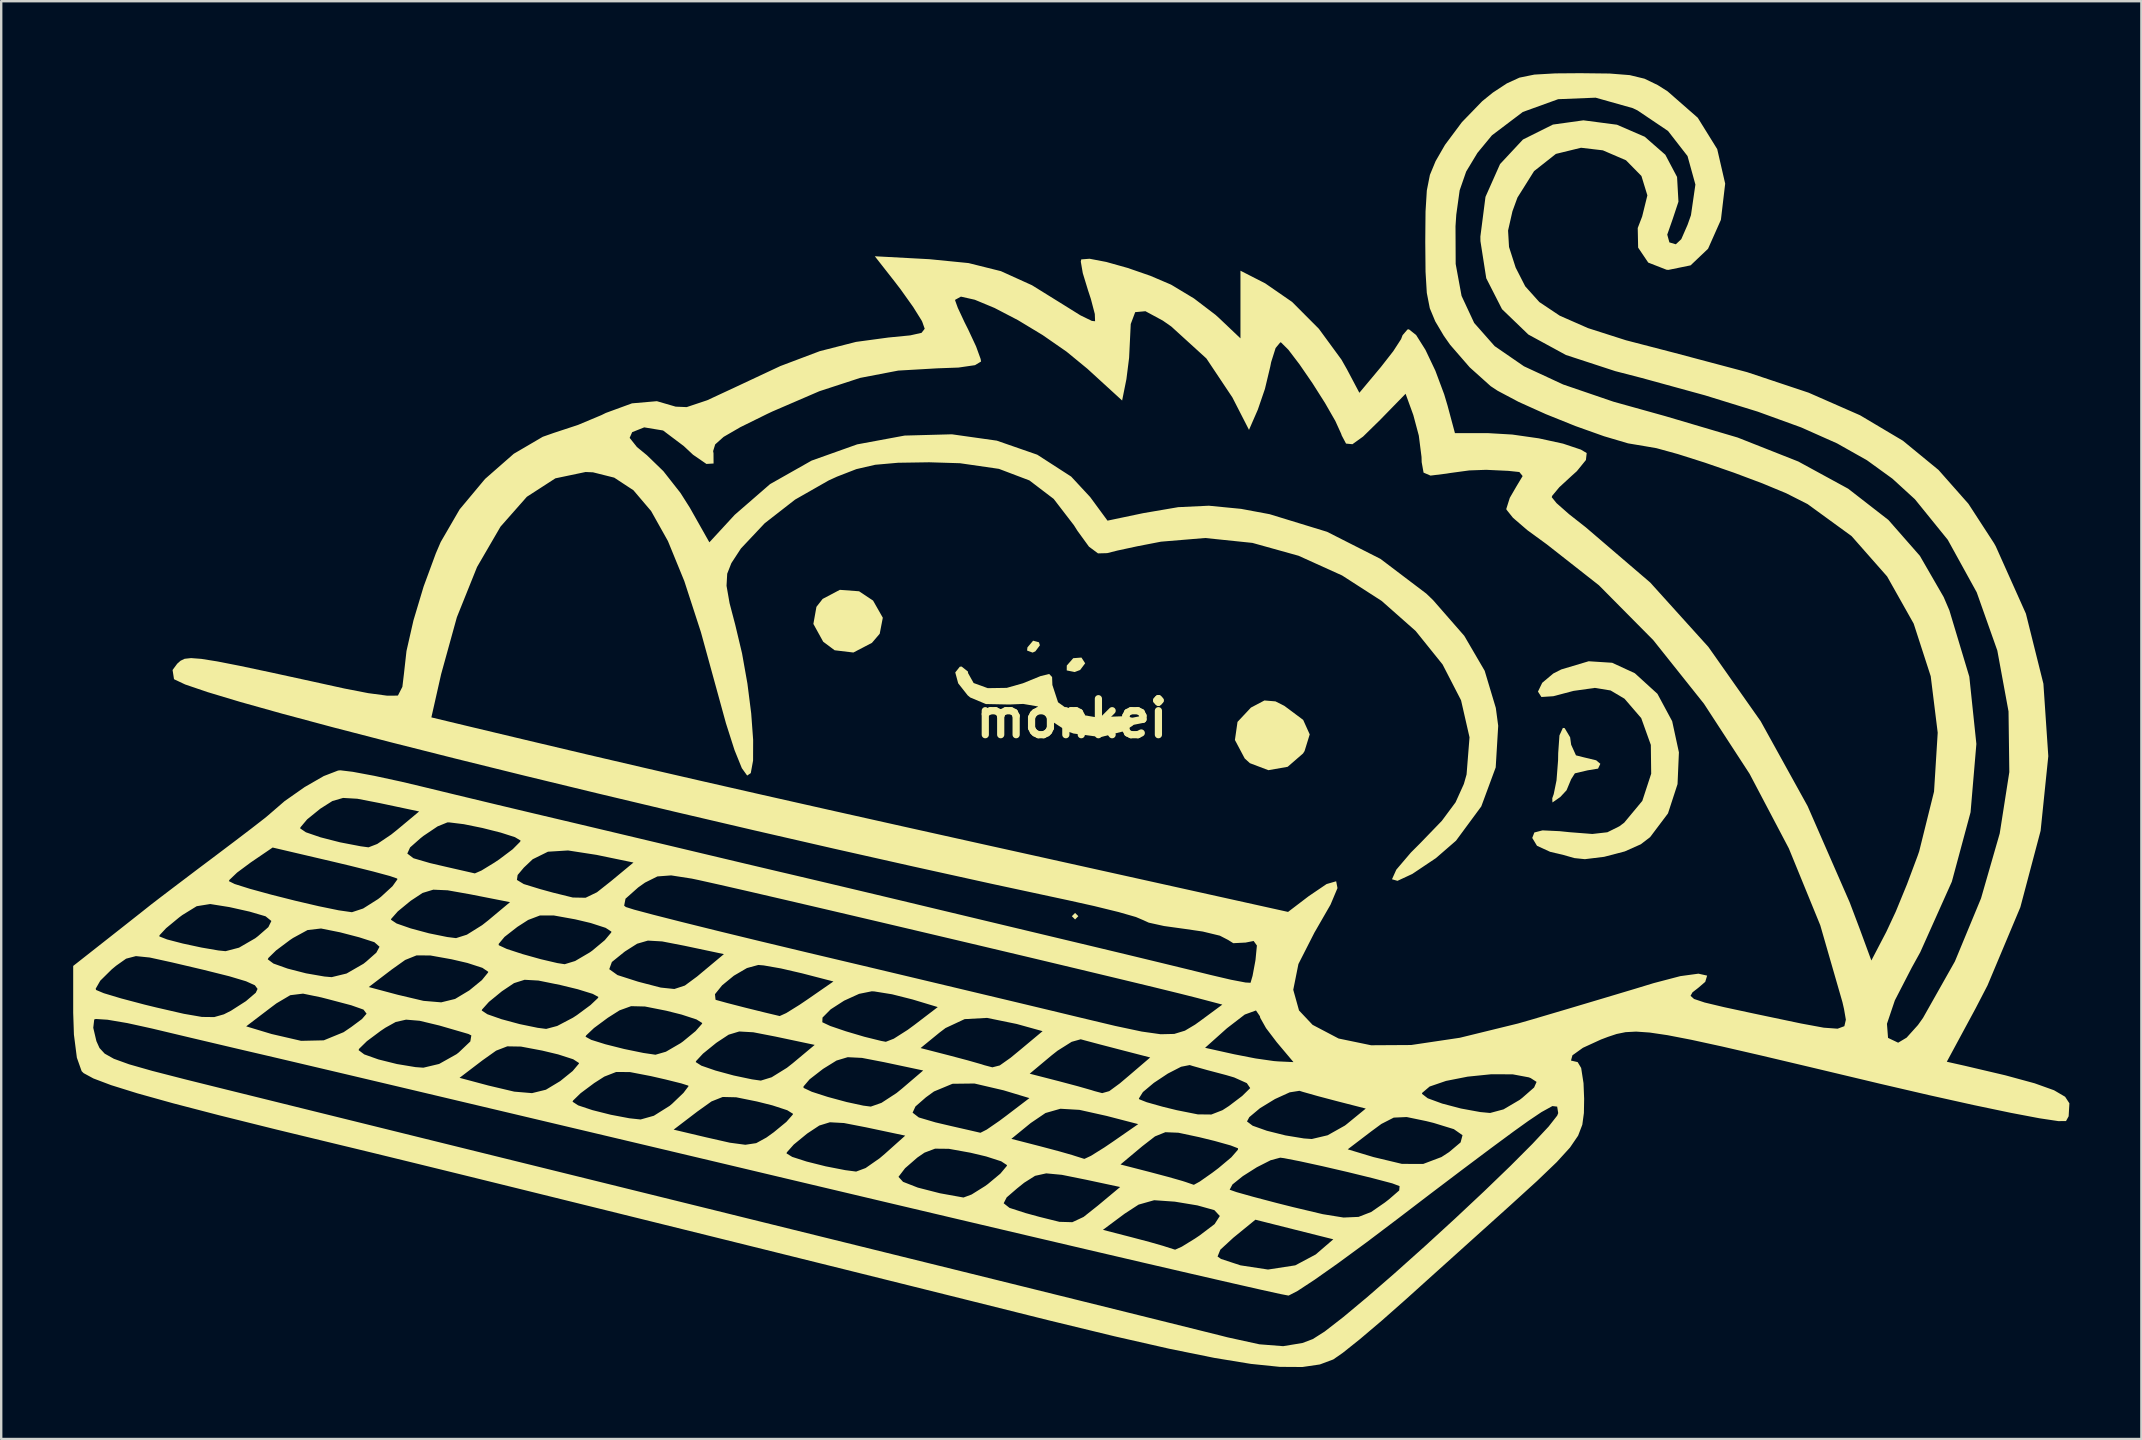
<source format=kicad_pcb>
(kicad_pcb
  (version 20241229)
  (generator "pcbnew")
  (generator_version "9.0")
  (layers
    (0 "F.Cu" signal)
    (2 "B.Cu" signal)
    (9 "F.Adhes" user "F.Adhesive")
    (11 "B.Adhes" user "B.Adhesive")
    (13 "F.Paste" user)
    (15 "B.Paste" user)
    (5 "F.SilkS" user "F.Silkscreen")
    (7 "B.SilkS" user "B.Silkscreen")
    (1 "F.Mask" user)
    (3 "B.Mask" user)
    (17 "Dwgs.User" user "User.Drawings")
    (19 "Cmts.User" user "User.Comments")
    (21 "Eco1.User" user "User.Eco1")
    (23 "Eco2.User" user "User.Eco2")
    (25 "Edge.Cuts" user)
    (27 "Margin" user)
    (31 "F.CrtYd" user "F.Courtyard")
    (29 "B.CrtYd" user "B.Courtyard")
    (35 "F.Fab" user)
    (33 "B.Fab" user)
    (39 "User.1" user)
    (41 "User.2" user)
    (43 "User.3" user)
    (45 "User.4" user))
  (footprint "monkei"
    (layer "F.Cu")
    (at 41.613 26.886)
    (property "Reference" "monkei" (at 0 0 0) (layer "F.SilkS") (effects (font (size 1.5 1.5) (thickness 0.3))))
    (attr board_only exclude_from_pos_files exclude_from_bom)
    (fp_poly (pts (xy 0.27 8.241) (xy 0.135 8.377) (xy 0 8.241) (xy 0.135 8.106)) (stroke (width 0) (type solid)) (fill yes) (layer "F.SilkS"))
    (fp_poly (pts (xy -1.371 -3.173) (xy -1.331 -3.047) (xy -1.521 -2.794) (xy -1.635 -2.743) (xy -1.865 -2.828) (xy -1.851 -2.959) (xy -1.614 -3.239)) (stroke (width 0) (type solid)) (fill yes) (layer "F.SilkS"))
    (fp_poly (pts (xy 0.555 -2.297) (xy 0.345 -2.018) (xy 0.118 -1.933) (xy -0.213 -2) (xy -0.211 -2.203) (xy 0.058 -2.51) (xy 0.4 -2.536)) (stroke (width 0) (type solid)) (fill yes) (layer "F.SilkS"))
    (fp_poly (pts (xy -8.866 -5.298) (xy -8.283 -4.91) (xy -7.877 -4.196) (xy -8.006 -3.528) (xy -8.33 -3.149) (xy -9.103 -2.746) (xy -9.885 -2.84) (xy -10.361 -3.196) (xy -10.77 -3.937) (xy -10.643 -4.649) (xy -10.384 -4.98) (xy -9.668 -5.358)) (stroke (width 0) (type solid)) (fill yes) (layer "F.SilkS"))
    (fp_poly (pts (xy 8.485 -0.71) (xy 8.854 -0.524) (xy 9.639 0.061) (xy 9.912 0.666) (xy 9.698 1.358) (xy 9.635 1.459) (xy 8.993 2.016) (xy 8.19 2.157) (xy 7.419 1.865) (xy 7.203 1.668) (xy 6.795 0.899) (xy 6.903 0.145) (xy 7.462 -0.451) (xy 8.025 -0.748)) (stroke (width 0) (type solid)) (fill yes) (layer "F.SilkS"))
    (fp_poly (pts (xy 20.536 0.405) (xy 20.763 0.786) (xy 20.806 1.097) (xy 21.007 1.539) (xy 21.331 1.621) (xy 21.848 1.745) (xy 22.022 1.891) (xy 21.927 2.092) (xy 21.498 2.162) (xy 20.961 2.288) (xy 20.806 2.534) (xy 20.614 2.994) (xy 20.35 3.277) (xy 20.026 3.502) (xy 20.019 3.324) (xy 20.08 3.153) (xy 20.196 2.581) (xy 20.261 1.746) (xy 20.266 1.448) (xy 20.318 0.708) (xy 20.461 0.395)) (stroke (width 0) (type solid)) (fill yes) (layer "F.SilkS"))
    (fp_poly (pts (xy -4.332 -1.955) (xy -4.323 -1.886) (xy -4.093 -1.475) (xy -3.504 -1.261) (xy -2.712 -1.273) (xy -2.039 -1.464) (xy -1.306 -1.763) (xy -0.945 -1.852) (xy -0.823 -1.725) (xy -0.811 -1.393) (xy -0.575 -0.673) (xy 0.076 -0.205) (xy 1.057 -0.041) (xy 1.48 -0.066) (xy 2.303 -0.097) (xy 2.67 0.03) (xy 2.551 0.29) (xy 2.179 0.531) (xy 1.197 0.779) (xy 0.069 0.629) (xy -0.193 0.536) (xy -0.804 0.138) (xy -1.094 -0.19) (xy -1.434 -0.502) (xy -2.027 -0.604) (xy -2.605 -0.58) (xy -3.582 -0.599) (xy -4.235 -0.873) (xy -4.338 -0.959) (xy -4.736 -1.463) (xy -4.858 -1.916) (xy -4.669 -2.154) (xy -4.594 -2.162)) (stroke (width 0) (type solid)) (fill yes) (layer "F.SilkS"))
    (fp_poly (pts (xy 22.514 -2.319) (xy 23.459 -1.883) (xy 24.401 -1.025) (xy 25.015 0.116) (xy 25.296 1.413) (xy 25.239 2.736) (xy 24.841 3.957) (xy 24.096 4.947) (xy 23.707 5.245) (xy 23.038 5.543) (xy 22.18 5.767) (xy 21.378 5.865) (xy 20.941 5.82) (xy 20.493 5.692) (xy 19.928 5.558) (xy 19.382 5.307) (xy 19.185 4.98) (xy 19.272 4.753) (xy 19.612 4.665) (xy 20.32 4.698) (xy 20.739 4.741) (xy 21.69 4.815) (xy 22.315 4.744) (xy 22.815 4.495) (xy 23.016 4.345) (xy 23.771 3.436) (xy 24.141 2.304) (xy 24.126 1.104) (xy 23.726 -0.012) (xy 23.029 -0.821) (xy 22.45 -1.165) (xy 21.792 -1.272) (xy 20.904 -1.147) (xy 20.063 -0.925) (xy 19.566 -0.893) (xy 19.423 -1.118) (xy 19.6 -1.484) (xy 20.063 -1.873) (xy 20.392 -2.04) (xy 21.536 -2.382)) (stroke (width 0) (type solid)) (fill yes) (layer "F.SilkS"))
    (fp_poly (pts (xy 22.408 -26.872) (xy 23.246 -26.806) (xy 23.861 -26.657) (xy 24.411 -26.392) (xy 24.822 -26.132) (xy 26.081 -25.03) (xy 26.892 -23.723) (xy 27.224 -22.284) (xy 27.047 -20.787) (xy 27.041 -20.765) (xy 26.51 -19.57) (xy 25.783 -18.879) (xy 24.86 -18.69) (xy 24.781 -18.696) (xy 24.018 -18.994) (xy 23.597 -19.618) (xy 23.58 -20.435) (xy 23.764 -20.913) (xy 23.982 -21.795) (xy 23.734 -22.603) (xy 23.091 -23.257) (xy 22.127 -23.672) (xy 21.217 -23.779) (xy 20.17 -23.523) (xy 19.26 -22.805) (xy 18.568 -21.703) (xy 18.359 -21.131) (xy 18.177 -20.33) (xy 18.217 -19.645) (xy 18.493 -18.786) (xy 18.892 -18.005) (xy 19.481 -17.349) (xy 20.331 -16.781) (xy 21.51 -16.263) (xy 23.088 -15.758) (xy 25.092 -15.238) (xy 28.136 -14.429) (xy 30.701 -13.573) (xy 32.845 -12.632) (xy 34.63 -11.571) (xy 36.114 -10.353) (xy 37.36 -8.943) (xy 38.425 -7.303) (xy 38.499 -7.171) (xy 39.755 -4.365) (xy 40.484 -1.447) (xy 40.688 1.572) (xy 40.368 4.681) (xy 39.523 7.869) (xy 38.155 11.125) (xy 37.658 12.084) (xy 36.459 14.306) (xy 37.212 14.475) (xy 38.9 14.872) (xy 40.118 15.204) (xy 40.927 15.494) (xy 41.389 15.765) (xy 41.567 16.038) (xy 41.567 16.04) (xy 41.536 16.579) (xy 41.426 16.778) (xy 41.107 16.78) (xy 40.321 16.662) (xy 39.126 16.435) (xy 37.578 16.111) (xy 35.735 15.701) (xy 33.654 15.218) (xy 33.283 15.129) (xy 30.769 14.53) (xy 28.723 14.046) (xy 27.088 13.669) (xy 25.807 13.39) (xy 24.822 13.199) (xy 24.077 13.089) (xy 23.513 13.05) (xy 23.074 13.073) (xy 22.701 13.149) (xy 22.338 13.27) (xy 22.045 13.381) (xy 21.296 13.725) (xy 20.859 14.038) (xy 20.799 14.257) (xy 21.077 14.321) (xy 21.223 14.566) (xy 21.321 15.199) (xy 21.347 15.85) (xy 21.337 16.442) (xy 21.271 16.93) (xy 21.096 17.386) (xy 20.758 17.881) (xy 20.205 18.488) (xy 19.382 19.277) (xy 18.235 20.321) (xy 17.546 20.941) (xy 16.848 21.569) (xy 15.886 22.435) (xy 14.797 23.415) (xy 13.914 24.211) (xy 12.912 25.096) (xy 12.005 25.865) (xy 11.294 26.433) (xy 10.894 26.711) (xy 10.334 26.92) (xy 9.606 27.026) (xy 8.664 27.02) (xy 7.458 26.896) (xy 5.941 26.647) (xy 4.063 26.266) (xy 1.776 25.746) (xy -0.967 25.08) (xy -1.756 24.883) (xy -4.14 24.287) (xy -6.742 23.638) (xy -9.497 22.952) (xy -12.336 22.247) (xy -15.194 21.538) (xy -18.005 20.842) (xy -20.701 20.175) (xy -23.215 19.554) (xy -25.483 18.995) (xy -27.436 18.516) (xy -29.008 18.132) (xy -30.133 17.859) (xy -30.264 17.828) (xy -33.141 17.132) (xy -35.523 16.539) (xy -37.444 16.039) (xy -38.936 15.623) (xy -40.033 15.281) (xy -40.769 15.003) (xy -41.178 14.781) (xy -41.261 14.699) (xy -41.46 14.137) (xy -41.583 13.172) (xy -41.592 12.892) (xy -40.777 12.892) (xy -40.646 13.448) (xy -40.517 13.734) (xy -40.301 13.968) (xy -39.918 14.183) (xy -39.286 14.412) (xy -38.325 14.686) (xy -36.955 15.038) (xy -36.204 15.225) (xy -35.225 15.468) (xy -33.777 15.826) (xy -31.915 16.287) (xy -29.694 16.836) (xy -27.171 17.46) (xy -24.399 18.145) (xy -21.435 18.877) (xy -18.334 19.643) (xy -15.152 20.429) (xy -13.511 20.835) (xy -10.399 21.604) (xy -7.409 22.343) (xy -4.588 23.04) (xy -1.982 23.685) (xy 0.363 24.266) (xy 2.4 24.771) (xy 4.082 25.189) (xy 5.364 25.508) (xy 6.199 25.716) (xy 6.485 25.789) (xy 7.814 26.08) (xy 8.804 26.158) (xy 9.612 26.025) (xy 10.043 25.861) (xy 10.535 25.548) (xy 11.313 24.944) (xy 12.312 24.11) (xy 13.464 23.108) (xy 14.703 22) (xy 15.963 20.846) (xy 17.175 19.709) (xy 18.274 18.649) (xy 19.193 17.728) (xy 19.866 17.008) (xy 20.225 16.55) (xy 20.266 16.445) (xy 20.223 16.176) (xy 20.024 16.153) (xy 19.568 16.405) (xy 19.018 16.775) (xy 18.404 17.215) (xy 17.457 17.914) (xy 16.268 18.805) (xy 14.931 19.817) (xy 13.589 20.842) (xy 12.276 21.834) (xy 11.092 22.702) (xy 10.11 23.394) (xy 9.401 23.859) (xy 9.038 24.047) (xy 9.024 24.049) (xy 8.705 23.988) (xy 7.902 23.811) (xy 6.657 23.528) (xy 5.01 23.149) (xy 3.003 22.684) (xy 1.881 22.422) (xy 6.072 22.422) (xy 6.215 22.523) (xy 6.857 22.734) (xy 7.026 22.79) (xy 8.175 22.965) (xy 9.311 22.79) (xy 10.161 22.337) (xy 10.895 21.705) (xy 9.272 21.297) (xy 7.649 20.888) (xy 6.729 21.639) (xy 6.187 22.138) (xy 6.072 22.422) (xy 1.881 22.422) (xy 0.677 22.141) (xy -1.925 21.531) (xy -2.859 21.311) (xy 1.295 21.311) (xy 2.471 21.614) (xy 3.246 21.819) (xy 3.805 21.979) (xy 3.918 22.016) (xy 4.277 22.13) (xy 4.307 22.136) (xy 4.583 22.012) (xy 5.127 21.677) (xy 5.318 21.549) (xy 5.948 21.072) (xy 6.166 20.734) (xy 5.938 20.489) (xy 5.231 20.292) (xy 4.29 20.136) (xy 3.43 20.076) (xy 2.78 20.26) (xy 2.201 20.637) (xy 1.295 21.311) (xy -2.859 21.311) (xy -4.762 20.863) (xy -7.557 20.203) (xy -2.841 20.203) (xy -2.598 20.395) (xy -1.928 20.612) (xy -1.351 20.77) (xy -0.518 20.977) (xy 0.02 20.992) (xy 0.489 20.773) (xy 1.084 20.301) (xy 1.88 19.637) (xy 6.577 19.637) (xy 6.58 19.64) (xy 6.863 19.739) (xy 7.553 19.933) (xy 8.532 20.191) (xy 9.211 20.362) (xy 10.456 20.658) (xy 11.321 20.798) (xy 11.947 20.771) (xy 12.474 20.566) (xy 13.045 20.171) (xy 13.218 20.036) (xy 13.641 19.67) (xy 13.657 19.489) (xy 13.353 19.374) (xy 12.523 19.155) (xy 11.496 18.903) (xy 10.432 18.656) (xy 9.493 18.451) (xy 8.842 18.324) (xy 8.684 18.303) (xy 8.284 18.41) (xy 7.709 18.702) (xy 7.124 19.073) (xy 6.692 19.42) (xy 6.577 19.637) (xy 1.88 19.637) (xy 2.013 19.526) (xy 0.588 19.221) (xy -0.417 19.018) (xy -1.067 18.957) (xy -1.532 19.06) (xy -1.986 19.347) (xy -2.285 19.587) (xy -2.716 19.959) (xy -2.841 20.203) (xy -7.557 20.203) (xy -7.794 20.147) (xy -10.978 19.393) (xy -11.285 19.32) (xy -12.201 19.103) (xy -7.223 19.103) (xy -7.034 19.31) (xy -6.42 19.55) (xy -5.495 19.787) (xy -4.515 19.964) (xy -4.177 19.838) (xy -3.617 19.488) (xy -3.502 19.405) (xy -2.978 18.968) (xy -2.711 18.649) (xy -2.702 18.613) (xy -2.742 18.587) (xy 2.027 18.587) (xy 3.243 18.9) (xy 4.029 19.109) (xy 4.6 19.272) (xy 4.729 19.313) (xy 5.059 19.427) (xy 5.085 19.434) (xy 5.33 19.299) (xy 5.849 18.935) (xy 6.105 18.742) (xy 6.646 18.288) (xy 6.919 17.974) (xy 6.921 17.955) (xy 11.496 17.955) (xy 12.571 18.279) (xy 13.754 18.562) (xy 14.64 18.565) (xy 15.402 18.277) (xy 15.719 18.071) (xy 16.199 17.667) (xy 16.279 17.367) (xy 15.918 17.115) (xy 15.073 16.855) (xy 14.766 16.779) (xy 13.953 16.61) (xy 13.413 16.634) (xy 12.899 16.897) (xy 12.476 17.208) (xy 11.496 17.955) (xy 6.921 17.955) (xy 6.925 17.913) (xy 6.619 17.794) (xy 5.948 17.606) (xy 5.308 17.449) (xy 4.442 17.264) (xy 3.897 17.242) (xy 3.466 17.416) (xy 2.944 17.82) (xy 2.916 17.843) (xy 2.027 18.587) (xy -2.742 18.587) (xy -2.943 18.455) (xy -3.568 18.253) (xy -4.224 18.097) (xy -5.126 17.934) (xy -5.7 17.928) (xy -6.14 18.094) (xy -6.436 18.297) (xy -6.95 18.744) (xy -7.223 19.101) (xy -7.223 19.103) (xy -12.201 19.103) (xy -14.545 18.546) (xy -16.318 18.126) (xy -11.889 18.126) (xy -11.652 18.271) (xy -11.051 18.465) (xy -10.258 18.664) (xy -9.443 18.823) (xy -8.989 18.883) (xy -8.594 18.736) (xy -8.009 18.328) (xy -7.799 18.15) (xy -7.093 17.519) (xy -2.52 17.519) (xy -1.328 17.826) (xy -0.548 18.033) (xy 0.016 18.194) (xy 0.135 18.233) (xy 0.496 18.347) (xy 0.526 18.353) (xy 0.799 18.225) (xy 1.356 17.877) (xy 1.706 17.64) (xy 2.766 16.905) (xy 2.336 16.794) (xy 7.298 16.794) (xy 7.534 16.972) (xy 8.126 17.182) (xy 8.898 17.375) (xy 9.669 17.502) (xy 9.998 17.526) (xy 10.658 17.37) (xy 11.379 16.965) (xy 11.461 16.901) (xy 12.248 16.257) (xy 11.055 15.951) (xy 10.245 15.737) (xy 9.918 15.644) (xy 14.591 15.644) (xy 14.829 15.828) (xy 15.428 16.048) (xy 16.214 16.255) (xy 17.015 16.402) (xy 17.429 16.441) (xy 17.987 16.291) (xy 18.66 15.895) (xy 18.768 15.811) (xy 19.262 15.379) (xy 19.365 15.146) (xy 19.118 14.986) (xy 19.04 14.956) (xy 18.367 14.83) (xy 17.469 14.828) (xy 16.494 14.927) (xy 15.591 15.105) (xy 14.909 15.339) (xy 14.597 15.604) (xy 14.591 15.644) (xy 9.918 15.644) (xy 9.623 15.561) (xy 9.484 15.517) (xy 9.077 15.581) (xy 8.463 15.861) (xy 7.838 16.243) (xy 7.395 16.614) (xy 7.298 16.794) (xy 2.336 16.794) (xy 1.451 16.564) (xy 0.318 16.311) (xy -0.477 16.265) (xy -1.099 16.443) (xy -1.715 16.861) (xy -1.733 16.876) (xy -2.52 17.519) (xy -7.093 17.519) (xy -6.943 17.385) (xy -8.575 17.039) (xy -9.495 16.86) (xy -10.081 16.828) (xy -10.523 16.964) (xy -11.013 17.288) (xy -11.048 17.314) (xy -11.588 17.757) (xy -11.875 18.08) (xy -11.889 18.126) (xy -16.318 18.126) (xy -17.704 17.797) (xy -20.498 17.135) (xy -16.593 17.135) (xy -15.254 17.452) (xy -14.25 17.68) (xy -13.605 17.766) (xy -13.152 17.698) (xy -12.727 17.465) (xy -12.419 17.243) (xy -11.896 16.813) (xy -11.628 16.508) (xy -11.619 16.475) (xy -11.695 16.428) (xy -6.636 16.428) (xy -6.378 16.627) (xy -5.686 16.832) (xy -4.999 16.993) (xy -4.298 17.153) (xy -3.861 17.254) (xy -3.808 17.266) (xy -3.548 17.134) (xy -3.018 16.769) (xy -2.734 16.557) (xy -1.79 15.838) (xy 2.793 15.838) (xy 2.809 15.87) (xy 3.12 15.993) (xy 3.79 16.182) (xy 4.37 16.324) (xy 5.247 16.499) (xy 5.813 16.505) (xy 6.276 16.325) (xy 6.544 16.152) (xy 7.098 15.732) (xy 7.426 15.41) (xy 7.431 15.402) (xy 7.291 15.197) (xy 6.763 14.96) (xy 6.426 14.861) (xy 5.632 14.651) (xy 5.032 14.482) (xy 4.912 14.444) (xy 4.552 14.515) (xy 4 14.799) (xy 3.417 15.186) (xy 2.961 15.569) (xy 2.793 15.838) (xy -1.79 15.838) (xy -1.769 15.821) (xy -2.843 15.497) (xy -4.059 15.213) (xy -4.973 15.224) (xy -5.745 15.545) (xy -6.08 15.788) (xy -6.517 16.17) (xy -6.636 16.428) (xy -11.695 16.428) (xy -11.859 16.326) (xy -12.48 16.123) (xy -13.118 15.963) (xy -13.988 15.787) (xy -14.549 15.774) (xy -15.016 15.96) (xy -15.605 16.381) (xy -16.593 17.135) (xy -20.498 17.135) (xy -20.714 17.084) (xy -23.528 16.417) (xy -25.408 15.972) (xy -20.805 15.972) (xy -20.569 16.125) (xy -19.978 16.322) (xy -19.208 16.516) (xy -18.437 16.662) (xy -17.969 16.712) (xy -17.418 16.557) (xy -16.761 16.145) (xy -16.654 16.055) (xy -16.184 15.605) (xy -15.982 15.338) (xy -11.183 15.338) (xy -11.179 15.396) (xy -10.837 15.557) (xy -10.171 15.772) (xy -9.387 15.984) (xy -8.69 16.135) (xy -8.377 16.175) (xy -7.932 16.019) (xy -7.306 15.611) (xy -7.083 15.43) (xy -6.35 14.804) (xy -1.756 14.804) (xy -0.54 15.117) (xy 0.246 15.326) (xy 0.817 15.489) (xy 0.946 15.53) (xy 1.264 15.614) (xy 1.559 15.531) (xy 1.999 15.208) (xy 2.376 14.889) (xy 3.265 14.128) (xy 1.97 13.793) (xy 1.71 13.725) (xy 5.552 13.725) (xy 6.762 13.994) (xy 7.652 14.168) (xy 8.421 14.278) (xy 8.603 14.292) (xy 9.235 14.321) (xy 8.536 13.49) (xy 8.091 12.904) (xy 7.85 12.476) (xy 7.836 12.409) (xy 7.673 12.169) (xy 7.206 12.339) (xy 6.469 12.906) (xy 6.428 12.942) (xy 5.552 13.725) (xy 1.71 13.725) (xy 1.153 13.58) (xy 0.538 13.416) (xy 0.37 13.37) (xy -0.008 13.476) (xy -0.596 13.846) (xy -0.846 14.043) (xy -1.756 14.804) (xy -6.35 14.804) (xy -6.194 14.67) (xy -7.823 14.324) (xy -8.744 14.146) (xy -9.339 14.116) (xy -9.806 14.256) (xy -10.345 14.59) (xy -10.384 14.617) (xy -10.927 15.038) (xy -11.183 15.338) (xy -15.982 15.338) (xy -15.975 15.329) (xy -15.979 15.302) (xy -16.276 15.208) (xy -16.937 15.043) (xy -17.539 14.905) (xy -18.415 14.736) (xy -18.989 14.733) (xy -19.481 14.925) (xy -19.902 15.194) (xy -20.469 15.617) (xy -20.783 15.922) (xy -20.805 15.972) (xy -25.408 15.972) (xy -26.099 15.808) (xy -28.38 15.268) (xy -29.616 14.976) (xy -25.514 14.976) (xy -24.309 15.298) (xy -23.234 15.552) (xy -22.495 15.614) (xy -21.916 15.472) (xy -21.326 15.117) (xy -21.321 15.114) (xy -20.8 14.693) (xy -20.542 14.387) (xy -20.536 14.359) (xy -20.596 14.32) (xy -15.672 14.32) (xy -15.437 14.47) (xy -14.849 14.673) (xy -14.087 14.88) (xy -13.328 15.04) (xy -12.96 15.092) (xy -12.509 14.953) (xy -11.873 14.559) (xy -11.63 14.368) (xy -10.873 13.736) (xy -6.303 13.736) (xy -5.111 14.043) (xy -4.331 14.25) (xy -3.767 14.411) (xy -3.648 14.45) (xy -3.312 14.539) (xy -3.004 14.46) (xy -2.554 14.142) (xy -2.153 13.812) (xy -1.219 13.032) (xy -2.298 12.732) (xy -3.533 12.479) (xy -4.468 12.53) (xy -5.264 12.902) (xy -5.516 13.093) (xy -6.303 13.736) (xy -10.873 13.736) (xy -10.715 13.604) (xy -12.353 13.257) (xy -13.274 13.078) (xy -13.86 13.045) (xy -14.302 13.179) (xy -14.79 13.501) (xy -14.831 13.531) (xy -15.37 13.968) (xy -15.658 14.278) (xy -15.672 14.32) (xy -20.596 14.32) (xy -20.777 14.203) (xy -21.402 14.001) (xy -22.07 13.841) (xy -22.955 13.674) (xy -23.525 13.664) (xy -23.99 13.844) (xy -24.559 14.248) (xy -25.514 14.976) (xy -29.616 14.976) (xy -30.322 14.809) (xy -31.88 14.442) (xy -33.005 14.177) (xy -33.641 14.028) (xy -34.527 13.822) (xy -29.722 13.822) (xy -29.485 14) (xy -28.893 14.21) (xy -28.122 14.402) (xy -27.35 14.53) (xy -27.021 14.554) (xy -26.365 14.398) (xy -25.641 13.992) (xy -25.547 13.919) (xy -25.065 13.461) (xy -25.032 13.263) (xy -20.264 13.263) (xy -20.028 13.393) (xy -19.433 13.579) (xy -18.65 13.776) (xy -17.852 13.94) (xy -17.35 14.014) (xy -16.916 13.889) (xy -16.304 13.533) (xy -16.202 13.46) (xy -15.679 13.03) (xy -15.411 12.725) (xy -15.402 12.692) (xy -15.454 12.66) (xy -10.398 12.66) (xy -10.069 12.815) (xy -9.417 13.037) (xy -8.643 13.266) (xy -7.949 13.438) (xy -7.751 13.475) (xy -7.42 13.346) (xy -6.843 12.979) (xy -6.558 12.77) (xy -5.587 12.028) (xy -6.644 11.709) (xy -7.492 11.495) (xy -8.23 11.376) (xy -8.335 11.37) (xy -8.865 11.477) (xy -9.489 11.761) (xy -10.05 12.123) (xy -10.39 12.466) (xy -10.398 12.66) (xy -15.454 12.66) (xy -15.642 12.543) (xy -16.264 12.34) (xy -16.905 12.179) (xy -17.789 12.004) (xy -18.365 11.99) (xy -18.848 12.165) (xy -19.335 12.474) (xy -19.912 12.901) (xy -20.237 13.208) (xy -20.264 13.263) (xy -25.032 13.263) (xy -25.023 13.21) (xy -25.142 13.149) (xy -26.353 12.797) (xy -27.177 12.599) (xy -27.742 12.552) (xy -28.175 12.65) (xy -28.605 12.889) (xy -28.8 13.02) (xy -29.375 13.449) (xy -29.697 13.765) (xy -29.722 13.822) (xy -34.527 13.822) (xy -35.097 13.688) (xy -36.703 13.309) (xy -38.144 12.966) (xy -38.323 12.923) (xy -38.739 12.831) (xy -34.405 12.831) (xy -33.348 13.15) (xy -32.116 13.435) (xy -31.172 13.414) (xy -30.345 13.075) (xy -30.027 12.859) (xy -29.579 12.526) (xy -29.388 12.304) (xy -29.487 12.172) (xy -24.589 12.172) (xy -24.354 12.327) (xy -23.767 12.533) (xy -23.008 12.738) (xy -22.256 12.893) (xy -21.904 12.938) (xy -21.444 12.815) (xy -20.789 12.471) (xy -20.622 12.362) (xy -20.058 11.945) (xy -19.748 11.652) (xy -19.727 11.607) (xy -19.94 11.491) (xy -14.871 11.491) (xy -14.847 11.721) (xy -14.815 11.734) (xy -14.365 11.858) (xy -13.604 12.054) (xy -12.75 12.265) (xy -12.174 12.402) (xy -11.901 12.278) (xy -11.344 11.932) (xy -10.994 11.695) (xy -9.934 10.961) (xy -11.249 10.62) (xy -12.122 10.418) (xy -12.841 10.292) (xy -13.066 10.273) (xy -13.538 10.402) (xy -14.084 10.721) (xy -14.572 11.121) (xy -14.871 11.491) (xy -19.94 11.491) (xy -19.967 11.477) (xy -20.592 11.284) (xy -21.32 11.107) (xy -22.227 10.923) (xy -22.803 10.891) (xy -23.243 11.03) (xy -23.741 11.364) (xy -23.752 11.372) (xy -24.29 11.812) (xy -24.575 12.129) (xy -24.589 12.172) (xy -29.487 12.172) (xy -29.517 12.133) (xy -30.027 11.953) (xy -30.981 11.701) (xy -31.28 11.624) (xy -32.036 11.468) (xy -32.568 11.533) (xy -33.145 11.874) (xy -33.418 12.079) (xy -34.405 12.831) (xy -38.739 12.831) (xy -39.359 12.695) (xy -40.185 12.555) (xy -40.67 12.524) (xy -40.737 12.545) (xy -40.777 12.892) (xy -41.592 12.892) (xy -41.613 12.266) (xy -41.613 11.262) (xy -40.676 11.262) (xy -40.66 11.315) (xy -40.338 11.45) (xy -39.62 11.666) (xy -38.633 11.927) (xy -38.149 12.045) (xy -37.006 12.308) (xy -36.248 12.439) (xy -35.737 12.445) (xy -35.335 12.331) (xy -35.039 12.181) (xy -34.416 11.782) (xy -34.006 11.432) (xy -33.93 11.271) (xy -33.988 11.193) (xy -29.297 11.193) (xy -28.092 11.515) (xy -27.017 11.769) (xy -26.278 11.831) (xy -25.699 11.689) (xy -25.108 11.334) (xy -25.104 11.331) (xy -24.583 10.905) (xy -24.325 10.588) (xy -24.319 10.557) (xy -24.479 10.449) (xy -19.276 10.449) (xy -18.932 10.695) (xy -18.096 10.963) (xy -18.018 10.985) (xy -17.129 11.216) (xy -16.563 11.275) (xy -16.125 11.131) (xy -15.615 10.754) (xy -15.413 10.585) (xy -14.498 9.821) (xy -16.146 9.472) (xy -17.073 9.292) (xy -17.666 9.258) (xy -18.114 9.388) (xy -18.609 9.702) (xy -18.64 9.724) (xy -19.167 10.15) (xy -19.276 10.449) (xy -24.479 10.449) (xy -24.561 10.393) (xy -25.186 10.19) (xy -25.848 10.036) (xy -26.735 9.877) (xy -27.308 9.875) (xy -27.78 10.065) (xy -28.337 10.461) (xy -29.297 11.193) (xy -33.988 11.193) (xy -34.042 11.12) (xy -34.411 10.953) (xy -35.109 10.744) (xy -36.205 10.47) (xy -37.498 10.166) (xy -38.077 10.039) (xy -33.505 10.039) (xy -33.269 10.214) (xy -32.678 10.425) (xy -31.911 10.622) (xy -31.145 10.755) (xy -30.843 10.781) (xy -30.222 10.63) (xy -29.516 10.223) (xy -29.403 10.133) (xy -28.981 9.76) (xy -28.848 9.514) (xy -28.979 9.398) (xy -23.885 9.398) (xy -23.879 9.451) (xy -23.55 9.604) (xy -22.897 9.818) (xy -22.126 10.034) (xy -21.438 10.195) (xy -21.133 10.242) (xy -20.699 10.109) (xy -20.086 9.749) (xy -19.985 9.677) (xy -19.461 9.24) (xy -19.194 8.921) (xy -19.185 8.885) (xy -19.426 8.727) (xy -20.049 8.525) (xy -20.689 8.373) (xy -21.58 8.212) (xy -22.164 8.211) (xy -22.656 8.398) (xy -23.104 8.686) (xy -23.639 9.103) (xy -23.885 9.398) (xy -28.979 9.398) (xy -29.064 9.324) (xy -29.694 9.121) (xy -30.492 8.913) (xy -31.285 8.754) (xy -31.846 8.818) (xy -32.453 9.149) (xy -32.584 9.237) (xy -33.158 9.667) (xy -33.48 9.982) (xy -33.505 10.039) (xy -38.077 10.039) (xy -38.423 9.963) (xy -39 9.904) (xy -39.408 10.011) (xy -39.824 10.305) (xy -40.009 10.459) (xy -40.485 10.929) (xy -40.676 11.262) (xy -41.613 11.262) (xy -41.613 10.314) (xy -40.194 9.198) (xy -40.048 9.083) (xy -38.024 9.083) (xy -37.701 9.21) (xy -37.047 9.38) (xy -36.266 9.548) (xy -35.561 9.669) (xy -35.263 9.699) (xy -34.704 9.553) (xy -34.027 9.161) (xy -33.912 9.072) (xy -33.48 8.696) (xy -33.355 8.441) (xy -33.419 8.389) (xy -28.372 8.389) (xy -28.137 8.545) (xy -27.548 8.75) (xy -26.786 8.955) (xy -26.028 9.109) (xy -25.66 9.155) (xy -25.209 9.012) (xy -24.572 8.614) (xy -24.327 8.421) (xy -23.587 7.803) (xy -18.655 7.803) (xy -18.582 7.86) (xy -18.24 7.968) (xy -17.441 8.181) (xy -16.253 8.483) (xy -14.747 8.857) (xy -12.99 9.284) (xy -11.053 9.748) (xy -10.538 9.87) (xy -8.385 10.38) (xy -6.233 10.892) (xy -4.186 11.38) (xy -2.349 11.818) (xy -0.829 12.182) (xy 0.27 12.447) (xy 1.804 12.813) (xy 2.914 13.049) (xy 3.701 13.16) (xy 4.267 13.147) (xy 4.711 13.012) (xy 5.134 12.76) (xy 5.38 12.583) (xy 6.271 11.925) (xy 5.23 11.65) (xy 4.538 11.475) (xy 3.419 11.2) (xy 1.948 10.845) (xy 0.2 10.426) (xy -1.748 9.961) (xy -3.823 9.469) (xy -5.948 8.967) (xy -8.048 8.472) (xy -10.047 8.003) (xy -11.872 7.577) (xy -13.445 7.212) (xy -14.692 6.927) (xy -15.538 6.738) (xy -15.835 6.675) (xy -16.696 6.541) (xy -17.269 6.584) (xy -17.785 6.841) (xy -18.069 7.042) (xy -18.599 7.513) (xy -18.655 7.803) (xy -23.587 7.803) (xy -23.41 7.656) (xy -25.075 7.328) (xy -26.01 7.162) (xy -26.607 7.136) (xy -27.054 7.272) (xy -27.537 7.591) (xy -27.556 7.604) (xy -28.086 8.04) (xy -28.361 8.351) (xy -28.372 8.389) (xy -33.419 8.389) (xy -33.596 8.246) (xy -34.261 8.051) (xy -35.103 7.862) (xy -35.904 7.734) (xy -36.467 7.825) (xy -37.066 8.194) (xy -37.205 8.298) (xy -37.742 8.741) (xy -38.016 9.035) (xy -38.024 9.083) (xy -40.048 9.083) (xy -39.399 8.572) (xy -38.731 8.045) (xy -38.367 7.756) (xy -37.982 7.46) (xy -37.281 6.927) (xy -37.086 6.78) (xy -35.126 6.78) (xy -34.885 6.9) (xy -34.253 7.099) (xy -33.367 7.342) (xy -32.363 7.596) (xy -31.378 7.826) (xy -30.55 7.996) (xy -30.015 8.073) (xy -29.994 8.074) (xy -29.531 7.921) (xy -28.909 7.528) (xy -28.788 7.433) (xy -28.308 6.992) (xy -28.121 6.73) (xy -23.123 6.73) (xy -22.839 6.902) (xy -22.159 7.111) (xy -21.617 7.26) (xy -20.795 7.463) (xy -20.262 7.473) (xy -19.788 7.244) (xy -19.199 6.778) (xy -18.266 6.005) (xy -19.805 5.686) (xy -20.992 5.502) (xy -21.83 5.554) (xy -22.466 5.868) (xy -22.834 6.216) (xy -23.094 6.525) (xy -23.123 6.73) (xy -28.121 6.73) (xy -28.104 6.706) (xy -28.113 6.672) (xy -28.413 6.568) (xy -29.12 6.377) (xy -30.11 6.13) (xy -30.77 5.973) (xy -32.23 5.631) (xy -27.691 5.631) (xy -27.433 5.827) (xy -26.741 6.029) (xy -26.076 6.184) (xy -25.372 6.345) (xy -24.93 6.446) (xy -24.876 6.458) (xy -24.6 6.338) (xy -24.056 6.005) (xy -23.865 5.877) (xy -23.3 5.452) (xy -22.99 5.14) (xy -22.97 5.089) (xy -23.206 4.948) (xy -23.797 4.758) (xy -24.566 4.564) (xy -25.337 4.407) (xy -25.932 4.334) (xy -26.021 4.333) (xy -26.429 4.499) (xy -27.019 4.896) (xy -27.145 4.996) (xy -27.575 5.376) (xy -27.691 5.631) (xy -32.23 5.631) (xy -33.302 5.38) (xy -34.213 6) (xy -34.784 6.424) (xy -35.102 6.728) (xy -35.126 6.78) (xy -37.086 6.78) (xy -36.381 6.246) (xy -35.8 5.81) (xy -34.874 5.111) (xy -34.181 4.583) (xy -32.155 4.583) (xy -31.916 4.745) (xy -31.308 4.954) (xy -30.493 5.163) (xy -29.634 5.328) (xy -29.308 5.372) (xy -28.945 5.232) (xy -28.363 4.84) (xy -28.113 4.64) (xy -27.198 3.877) (xy -28.846 3.527) (xy -29.774 3.347) (xy -30.367 3.313) (xy -30.814 3.443) (xy -31.304 3.754) (xy -31.325 3.769) (xy -31.864 4.206) (xy -32.144 4.538) (xy -32.155 4.583) (xy -34.181 4.583) (xy -34.118 4.534) (xy -33.631 4.156) (xy -33.506 4.053) (xy -32.803 3.446) (xy -31.969 2.861) (xy -31.172 2.402) (xy -30.576 2.172) (xy -30.482 2.162) (xy -29.962 2.225) (xy -29.063 2.393) (xy -27.931 2.638) (xy -27.156 2.822) (xy -25.646 3.188) (xy -23.981 3.588) (xy -22.453 3.952) (xy -22.022 4.054) (xy -20.604 4.389) (xy -18.952 4.781) (xy -17.356 5.161) (xy -16.888 5.272) (xy -15.376 5.632) (xy -13.711 6.028) (xy -12.182 6.389) (xy -11.754 6.489) (xy -10.465 6.793) (xy -8.876 7.17) (xy -7.209 7.567) (xy -6.012 7.854) (xy -4.331 8.256) (xy -2.397 8.719) (xy -0.484 9.176) (xy 0.743 9.469) (xy 2.213 9.821) (xy 3.656 10.17) (xy 4.905 10.474) (xy 5.782 10.69) (xy 6.631 10.889) (xy 7.236 11.004) (xy 7.446 11.016) (xy 7.53 10.728) (xy 7.643 10.123) (xy 7.654 10.054) (xy 7.711 9.463) (xy 7.575 9.274) (xy 7.24 9.34) (xy 6.727 9.366) (xy 6.512 9.231) (xy 6.168 9.053) (xy 5.454 8.88) (xy 4.723 8.773) (xy 3.844 8.651) (xy 3.204 8.51) (xy 2.974 8.405) (xy 2.669 8.275) (xy 1.947 8.068) (xy 0.921 7.816) (xy -0.135 7.581) (xy -3.326 6.895) (xy -6.606 6.171) (xy -9.93 5.423) (xy -13.256 4.659) (xy -16.539 3.891) (xy -19.736 3.13) (xy -22.803 2.387) (xy -25.695 1.672) (xy -28.37 0.996) (xy -30.784 0.371) (xy -32.327 -0.043) (xy -26.688 -0.043) (xy -25.031 0.355) (xy -22.578 0.94) (xy -20.233 1.495) (xy -17.905 2.038) (xy -15.506 2.591) (xy -12.945 3.174) (xy -10.134 3.808) (xy -6.983 4.513) (xy -3.402 5.31) (xy -2.994 5.4) (xy 9.009 8.063) (xy 9.867 7.409) (xy 10.614 6.902) (xy 11.014 6.786) (xy 11.069 7.07) (xy 10.779 7.76) (xy 10.146 8.86) (xy 10.114 8.913) (xy 9.441 10.235) (xy 9.226 11.308) (xy 9.466 12.169) (xy 10.031 12.768) (xy 11.115 13.338) (xy 12.469 13.619) (xy 14.139 13.609) (xy 16.166 13.307) (xy 18.593 12.712) (xy 19.185 12.542) (xy 20.648 12.109) (xy 22.15 11.661) (xy 23.489 11.26) (xy 24.244 11.03) (xy 25.353 10.739) (xy 26.11 10.636) (xy 26.472 10.717) (xy 26.393 10.977) (xy 26.101 11.228) (xy 25.862 11.414) (xy 25.781 11.558) (xy 25.926 11.69) (xy 26.368 11.838) (xy 27.175 12.031) (xy 28.416 12.298) (xy 28.976 12.416) (xy 30.38 12.711) (xy 31.332 12.887) (xy 31.909 12.929) (xy 32.19 12.824) (xy 32.253 12.556) (xy 32.176 12.109) (xy 32.11 11.822) (xy 31.186 8.618) (xy 29.877 5.417) (xy 28.241 2.309) (xy 26.338 -0.614) (xy 24.226 -3.264) (xy 21.963 -5.548) (xy 19.793 -7.252) (xy 18.981 -7.844) (xy 18.382 -8.36) (xy 18.11 -8.7) (xy 18.104 -8.732) (xy 18.249 -9.191) (xy 18.525 -9.668) (xy 18.784 -10.099) (xy 18.647 -10.267) (xy 18.187 -10.316) (xy 17.264 -10.359) (xy 16.56 -10.334) (xy 15.758 -10.225) (xy 15.605 -10.2) (xy 14.945 -10.118) (xy 14.656 -10.242) (xy 14.577 -10.679) (xy 14.571 -10.893) (xy 14.458 -11.784) (xy 14.229 -12.641) (xy 13.907 -13.528) (xy 12.844 -12.438) (xy 12.135 -11.744) (xy 11.692 -11.426) (xy 11.425 -11.452) (xy 11.246 -11.79) (xy 11.222 -11.862) (xy 10.98 -12.393) (xy 10.552 -13.139) (xy 10.025 -13.97) (xy 9.486 -14.754) (xy 9.023 -15.362) (xy 8.723 -15.661) (xy 8.687 -15.672) (xy 8.491 -15.435) (xy 8.305 -14.846) (xy 8.268 -14.659) (xy 8.045 -13.728) (xy 7.75 -12.867) (xy 7.736 -12.835) (xy 7.382 -12.024) (xy 6.689 -13.376) (xy 5.607 -14.998) (xy 4.143 -16.331) (xy 3.79 -16.577) (xy 3.066 -16.968) (xy 2.64 -16.929) (xy 2.454 -16.434) (xy 2.432 -15.976) (xy 2.386 -15.026) (xy 2.274 -14.139) (xy 2.264 -14.088) (xy 2.095 -13.247) (xy 0.645 -14.572) (xy -0.221 -15.283) (xy -1.217 -15.974) (xy -2.248 -16.597) (xy -3.222 -17.104) (xy -4.044 -17.446) (xy -4.622 -17.576) (xy -4.862 -17.444) (xy -4.864 -17.418) (xy -4.752 -17.109) (xy -4.469 -16.503) (xy -4.323 -16.213) (xy -3.991 -15.502) (xy -3.801 -14.979) (xy -3.783 -14.872) (xy -4.035 -14.72) (xy -4.725 -14.62) (xy -5.607 -14.588) (xy -7.234 -14.494) (xy -8.822 -14.189) (xy -10.52 -13.634) (xy -12.48 -12.789) (xy -12.694 -12.688) (xy -13.813 -12.136) (xy -14.51 -11.732) (xy -14.862 -11.418) (xy -14.948 -11.138) (xy -14.932 -11.05) (xy -14.929 -10.622) (xy -15.227 -10.604) (xy -15.785 -10.988) (xy -16.171 -11.349) (xy -17.033 -11.998) (xy -17.819 -12.128) (xy -18.321 -11.928) (xy -18.426 -11.691) (xy -18.123 -11.309) (xy -17.704 -10.965) (xy -17.02 -10.302) (xy -16.307 -9.394) (xy -15.919 -8.782) (xy -15.104 -7.338) (xy -14.048 -8.484) (xy -12.574 -9.764) (xy -10.844 -10.743) (xy -8.946 -11.419) (xy -6.968 -11.786) (xy -4.999 -11.839) (xy -3.128 -11.575) (xy -1.441 -10.989) (xy -0.028 -10.077) (xy 0.763 -9.225) (xy 1.486 -8.241) (xy 2.972 -8.553) (xy 4.433 -8.803) (xy 5.709 -8.863) (xy 7.052 -8.732) (xy 8.241 -8.51) (xy 10.635 -7.776) (xy 12.861 -6.647) (xy 14.77 -5.201) (xy 15.051 -4.931) (xy 16.352 -3.442) (xy 17.202 -1.986) (xy 17.667 -0.436) (xy 17.766 0.308) (xy 17.662 2.041) (xy 17.061 3.667) (xy 16.008 5.095) (xy 15.171 5.821) (xy 14.186 6.481) (xy 13.569 6.768) (xy 13.34 6.702) (xy 13.52 6.303) (xy 14.128 5.589) (xy 14.515 5.202) (xy 15.417 4.268) (xy 15.989 3.497) (xy 16.335 2.732) (xy 16.448 2.336) (xy 16.571 0.788) (xy 16.218 -0.756) (xy 15.448 -2.249) (xy 14.325 -3.645) (xy 12.909 -4.896) (xy 11.263 -5.956) (xy 9.447 -6.778) (xy 7.524 -7.314) (xy 5.555 -7.518) (xy 3.715 -7.365) (xy 2.731 -7.174) (xy 1.895 -6.994) (xy 1.47 -6.887) (xy 1.09 -6.877) (xy 0.713 -7.157) (xy 0.235 -7.815) (xy 0.089 -8.046) (xy -0.757 -9.147) (xy -1.768 -9.917) (xy -3.038 -10.399) (xy -4.662 -10.634) (xy -5.945 -10.673) (xy -7.246 -10.653) (xy -8.195 -10.569) (xy -8.979 -10.388) (xy -9.785 -10.075) (xy -10.133 -9.916) (xy -11.531 -9.119) (xy -12.8 -8.131) (xy -13.789 -7.081) (xy -14.187 -6.472) (xy -14.361 -6.03) (xy -14.389 -5.526) (xy -14.262 -4.801) (xy -14.027 -3.905) (xy -13.743 -2.713) (xy -13.518 -1.447) (xy -13.361 -0.21) (xy -13.28 0.892) (xy -13.283 1.757) (xy -13.379 2.279) (xy -13.529 2.381) (xy -13.751 2.073) (xy -14.056 1.32) (xy -14.413 0.203) (xy -14.734 -0.966) (xy -15.456 -3.593) (xy -16.148 -5.722) (xy -16.831 -7.391) (xy -17.531 -8.64) (xy -18.269 -9.508) (xy -19.069 -10.033) (xy -19.954 -10.255) (xy -20.262 -10.268) (xy -21.521 -10.004) (xy -22.71 -9.235) (xy -23.806 -7.992) (xy -24.785 -6.309) (xy -25.625 -4.218) (xy -26.281 -1.845) (xy -26.688 -0.043) (xy -32.327 -0.043) (xy -32.892 -0.194) (xy -34.651 -0.687) (xy -36.018 -1.098) (xy -36.948 -1.415) (xy -37.398 -1.627) (xy -37.413 -1.641) (xy -37.472 -2.018) (xy -37.278 -2.281) (xy -37.139 -2.404) (xy -36.969 -2.485) (xy -36.701 -2.514) (xy -36.271 -2.481) (xy -35.614 -2.376) (xy -34.665 -2.19) (xy -33.359 -1.913) (xy -31.631 -1.536) (xy -30.308 -1.245) (xy -29.32 -1.053) (xy -28.535 -0.948) (xy -28.103 -0.95) (xy -28.078 -0.96) (xy -27.896 -1.317) (xy -27.832 -1.851) (xy -27.725 -2.809) (xy -27.435 -4.083) (xy -27.011 -5.497) (xy -26.502 -6.878) (xy -26.299 -7.351) (xy -25.51 -8.711) (xy -24.452 -9.978) (xy -23.254 -11.028) (xy -22.045 -11.736) (xy -21.59 -11.896) (xy -20.582 -12.228) (xy -19.597 -12.641) (xy -19.419 -12.729) (xy -18.328 -13.129) (xy -17.291 -13.219) (xy -16.508 -12.991) (xy -16.049 -12.972) (xy -15.194 -13.258) (xy -14.076 -13.778) (xy -12.146 -14.683) (xy -10.501 -15.304) (xy -8.995 -15.689) (xy -7.643 -15.872) (xy -6.735 -15.961) (xy -6.264 -16.066) (xy -6.131 -16.237) (xy -6.234 -16.529) (xy -6.264 -16.587) (xy -6.611 -17.143) (xy -7.138 -17.883) (xy -7.387 -18.208) (xy -8.21 -19.258) (xy -5.929 -19.135) (xy -4.305 -18.974) (xy -2.955 -18.637) (xy -1.66 -18.05) (xy -0.319 -17.218) (xy 0.358 -16.796) (xy 0.834 -16.564) (xy 0.968 -16.55) (xy 0.957 -16.852) (xy 0.793 -17.479) (xy 0.676 -17.834) (xy 0.456 -18.554) (xy 0.373 -19.035) (xy 0.392 -19.127) (xy 0.739 -19.154) (xy 1.435 -19.021) (xy 2.329 -18.77) (xy 3.27 -18.444) (xy 4.107 -18.087) (xy 4.157 -18.062) (xy 5.091 -17.499) (xy 5.99 -16.814) (xy 6.147 -16.671) (xy 7.026 -15.837) (xy 7.026 -17.246) (xy 7.026 -18.656) (xy 8.057 -18.129) (xy 9.179 -17.354) (xy 10.293 -16.236) (xy 11.235 -14.95) (xy 11.462 -14.55) (xy 11.981 -13.569) (xy 12.881 -14.646) (xy 13.393 -15.302) (xy 13.719 -15.805) (xy 13.781 -15.968) (xy 13.986 -16.207) (xy 14.046 -16.213) (xy 14.345 -15.977) (xy 14.735 -15.357) (xy 15.148 -14.488) (xy 15.516 -13.502) (xy 15.655 -13.036) (xy 15.963 -11.889) (xy 17.319 -11.889) (xy 18.35 -11.829) (xy 19.457 -11.671) (xy 20.468 -11.45) (xy 21.212 -11.201) (xy 21.453 -11.057) (xy 21.421 -10.767) (xy 21.043 -10.302) (xy 20.845 -10.124) (xy 20.313 -9.634) (xy 20.018 -9.28) (xy 19.996 -9.219) (xy 20.196 -8.971) (xy 20.719 -8.51) (xy 21.414 -7.964) (xy 24.101 -5.662) (xy 26.524 -2.979) (xy 28.702 0.115) (xy 30.658 3.652) (xy 32.411 7.662) (xy 32.826 8.759) (xy 33.315 10.087) (xy 33.938 8.894) (xy 34.332 8.05) (xy 34.798 6.916) (xy 35.247 5.716) (xy 35.308 5.539) (xy 35.927 3.049) (xy 36.08 0.596) (xy 35.789 -1.757) (xy 35.079 -3.949) (xy 33.972 -5.916) (xy 32.49 -7.598) (xy 30.658 -8.931) (xy 29.772 -9.38) (xy 28.77 -9.796) (xy 27.592 -10.238) (xy 26.374 -10.659) (xy 25.253 -11.015) (xy 24.364 -11.26) (xy 23.849 -11.349) (xy 23.18 -11.461) (xy 22.176 -11.758) (xy 20.983 -12.183) (xy 19.748 -12.68) (xy 18.618 -13.189) (xy 17.741 -13.654) (xy 17.451 -13.846) (xy 16.58 -14.628) (xy 15.762 -15.57) (xy 15.5 -15.943) (xy 15.143 -16.545) (xy 14.916 -17.091) (xy 14.791 -17.731) (xy 14.738 -18.615) (xy 14.727 -19.861) (xy 14.732 -20.51) (xy 15.987 -20.51) (xy 15.994 -18.937) (xy 16.239 -17.607) (xy 16.765 -16.479) (xy 17.617 -15.514) (xy 18.839 -14.673) (xy 20.474 -13.914) (xy 22.568 -13.198) (xy 24.724 -12.597) (xy 27.744 -11.704) (xy 30.272 -10.705) (xy 32.351 -9.571) (xy 34.024 -8.271) (xy 35.336 -6.776) (xy 36.328 -5.058) (xy 36.566 -4.503) (xy 37.397 -1.739) (xy 37.691 1.064) (xy 37.449 3.91) (xy 36.669 6.802) (xy 35.352 9.744) (xy 34.997 10.386) (xy 34.294 11.749) (xy 33.965 12.725) (xy 34.01 13.312) (xy 34.429 13.511) (xy 34.434 13.511) (xy 34.784 13.302) (xy 35.257 12.776) (xy 35.465 12.484) (xy 36.796 10.126) (xy 37.885 7.498) (xy 38.664 4.793) (xy 39.064 2.237) (xy 39.031 -0.29) (xy 38.564 -2.828) (xy 37.706 -5.253) (xy 36.499 -7.443) (xy 35.13 -9.133) (xy 34.193 -9.99) (xy 33.133 -10.757) (xy 31.887 -11.46) (xy 30.391 -12.126) (xy 28.578 -12.784) (xy 26.385 -13.462) (xy 23.747 -14.186) (xy 22.645 -14.471) (xy 20.588 -15.144) (xy 19.023 -15.996) (xy 17.925 -17.053) (xy 17.268 -18.342) (xy 17.026 -19.888) (xy 17.023 -20.078) (xy 17.236 -21.733) (xy 17.843 -23.099) (xy 18.796 -24.121) (xy 20.046 -24.745) (xy 21.317 -24.922) (xy 22.714 -24.739) (xy 23.873 -24.237) (xy 24.73 -23.487) (xy 25.219 -22.562) (xy 25.277 -21.532) (xy 25.038 -20.811) (xy 24.81 -20.16) (xy 24.899 -19.836) (xy 25.168 -19.757) (xy 25.395 -19.97) (xy 25.657 -20.569) (xy 25.798 -20.968) (xy 25.983 -22.246) (xy 25.655 -23.433) (xy 24.842 -24.479) (xy 23.569 -25.336) (xy 23.373 -25.43) (xy 21.826 -25.866) (xy 20.265 -25.803) (xy 18.791 -25.27) (xy 17.504 -24.296) (xy 16.9 -23.564) (xy 16.431 -22.787) (xy 16.16 -22.005) (xy 16.019 -20.992) (xy 15.987 -20.51) (xy 14.732 -20.51) (xy 14.738 -21.124) (xy 14.792 -22.001) (xy 14.92 -22.648) (xy 15.156 -23.218) (xy 15.529 -23.866) (xy 15.559 -23.914) (xy 16.255 -24.847) (xy 17.1 -25.719) (xy 17.541 -26.076) (xy 18.127 -26.461) (xy 18.652 -26.701) (xy 19.274 -26.828) (xy 20.148 -26.878) (xy 21.187 -26.886)) (stroke (width 0) (type solid)) (fill yes) (layer "F.SilkS")))
  (gr_rect
    (start -3 -3)
    (end 86.18 56.912)
    (stroke (width 0.1) (type default))
    (fill no)
    (layer "Edge.Cuts")))
</source>
